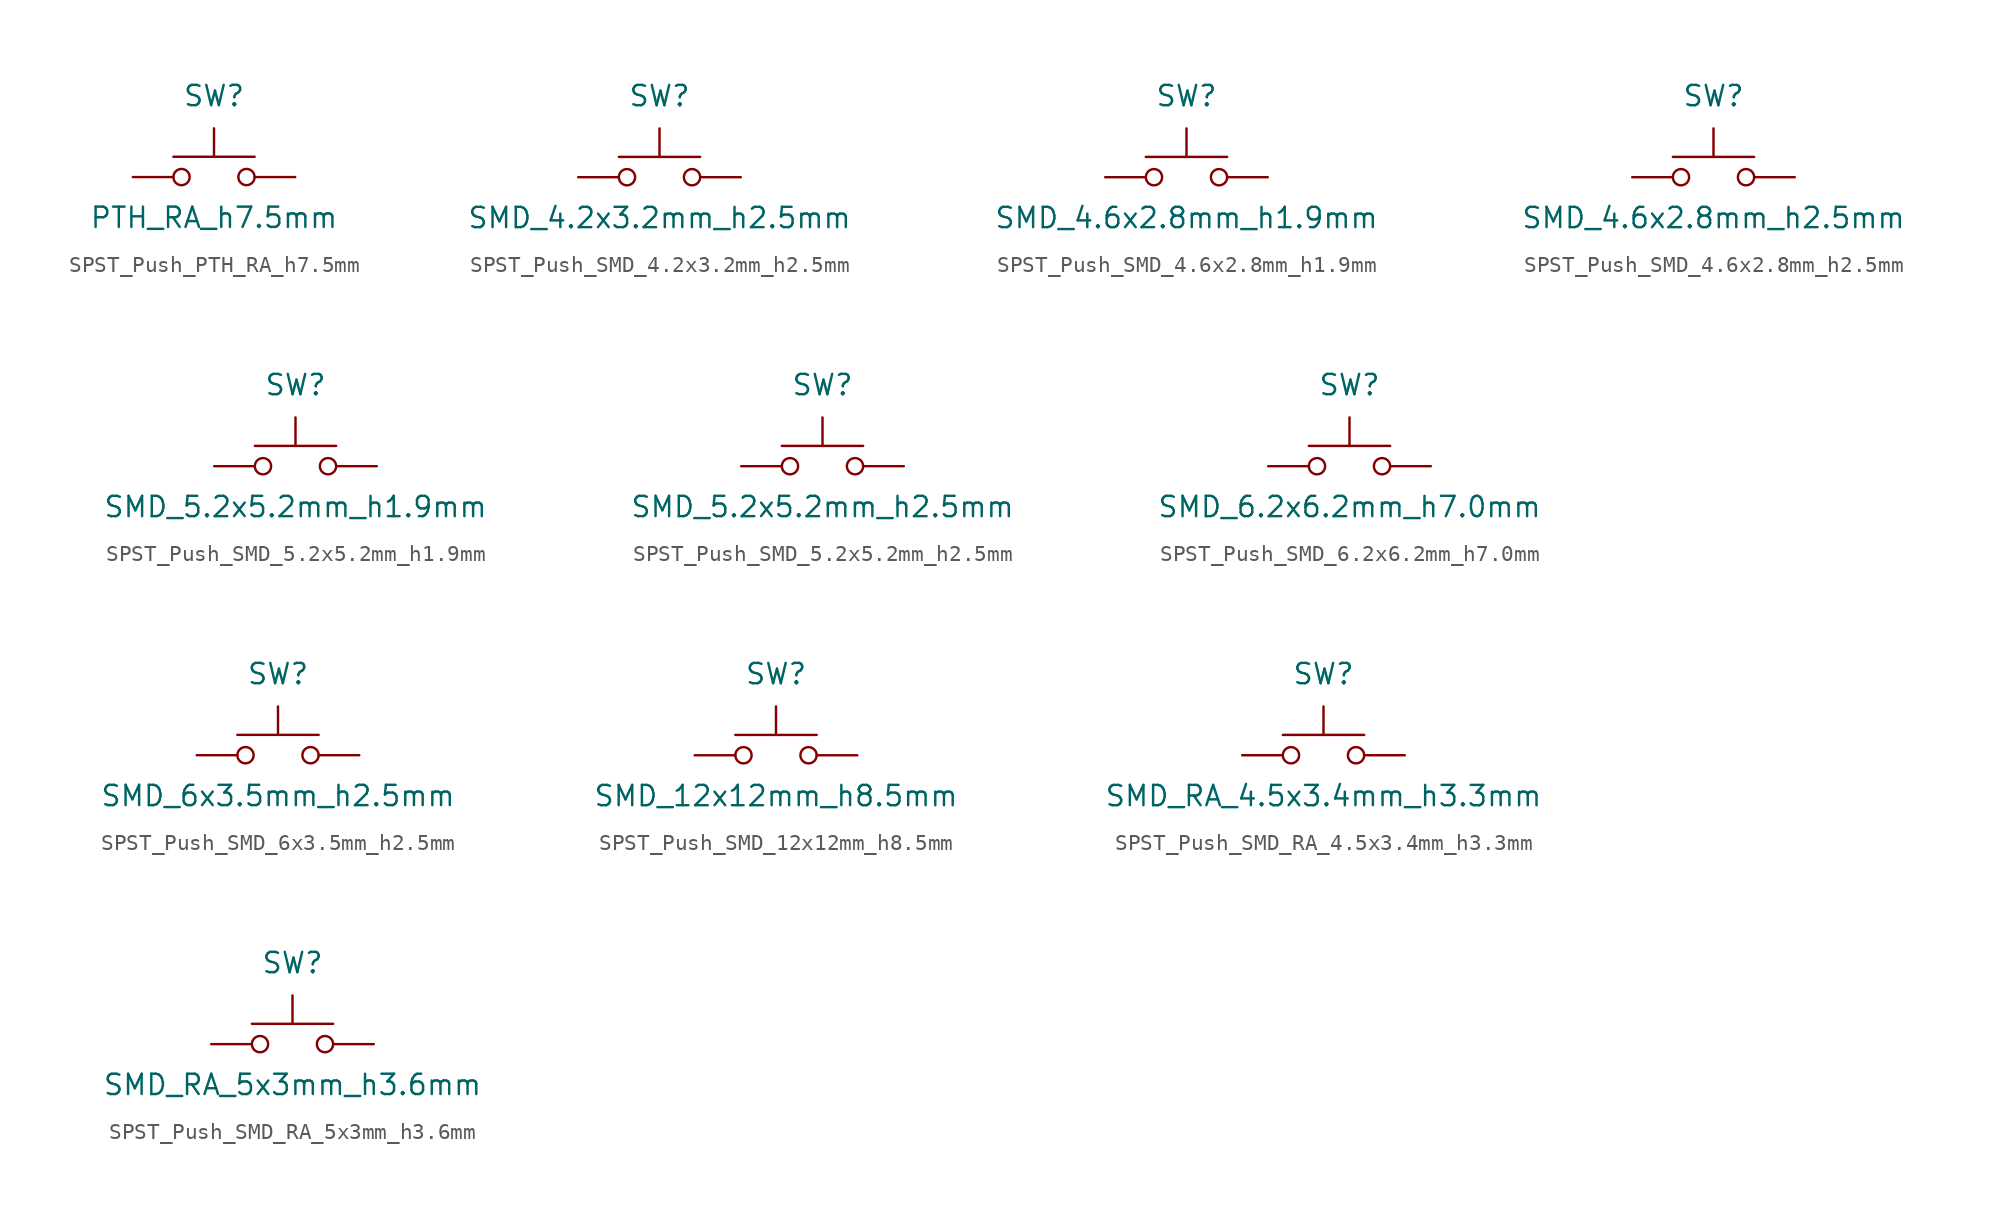
<source format=kicad_sym>
(kicad_symbol_lib
  (version 20231120)
  (generator "kicad_symbol_editor")
  (generator_version "8.0")
  (symbol "SPST_Push_PTH_RA_h7.5mm"
    (pin_numbers hide)
    (pin_names
      (offset 0) hide)
    (property "Reference" "SW"
      (at 0 5.08 0)
      (effects (font (size 1.27 1.27))))
    (property "Value" "PTH_RA_h7.5mm"
      (at 0 -2.54 0)
      (effects (font (size 1.27 1.27))))
    (symbol "SPST_Push_PTH_RA_h7.5mm_0_1"
      (circle (center -2.032 0) (radius 0.508) (stroke (width 0) (type default)) (fill (type none)))
      (polyline (pts (xy 0 1.27) (xy 0 3.048)) (stroke (width 0) (type default)) (fill (type none)))
      (polyline (pts (xy 2.54 1.27) (xy -2.54 1.27)) (stroke (width 0) (type default)) (fill (type none)))
      (circle (center 2.032 0) (radius 0.508) (stroke (width 0) (type default)) (fill (type none))))
    (symbol "SPST_Push_PTH_RA_h7.5mm_1_1"
      (pin passive line (at -5.08 0 0) (length 2.54) (name "1" (effects (font (size 1.27 1.27)))) (number "1" (effects (font (size 1.27 1.27)))))
      (pin passive line (at 5.08 0 180) (length 2.54) (name "2" (effects (font (size 1.27 1.27)))) (number "2" (effects (font (size 1.27 1.27)))))
      (pin passive line (at -5.08 2.54 0) (length 2.54) hide (name "M1" (effects (font (size 1.27 1.27)))) (number "M1" (effects (font (size 1.27 1.27)))))
      (pin passive line (at 5.08 2.54 180) (length 2.54) hide (name "M2" (effects (font (size 1.27 1.27)))) (number "M2" (effects (font (size 1.27 1.27)))))))
  (symbol "SPST_Push_SMD_4.2x3.2mm_h2.5mm"
    (pin_numbers hide)
    (pin_names
      (offset 0) hide)
    (property "Reference" "SW"
      (at 0 5.08 0)
      (effects (font (size 1.27 1.27))))
    (property "Value" "SMD_4.2x3.2mm_h2.5mm"
      (at 0 -2.54 0)
      (effects (font (size 1.27 1.27))))
    (symbol "SPST_Push_SMD_4.2x3.2mm_h2.5mm_0_1"
      (circle (center -2.032 0) (radius 0.508) (stroke (width 0) (type default)) (fill (type none)))
      (polyline (pts (xy 0 1.27) (xy 0 3.048)) (stroke (width 0) (type default)) (fill (type none)))
      (polyline (pts (xy 2.54 1.27) (xy -2.54 1.27)) (stroke (width 0) (type default)) (fill (type none)))
      (circle (center 2.032 0) (radius 0.508) (stroke (width 0) (type default)) (fill (type none)))
      (pin passive line (at -5.08 0 0) (length 2.54) (name "1" (effects (font (size 1.27 1.27)))) (number "1" (effects (font (size 1.27 1.27)))))
      (pin passive line (at 5.08 0 180) (length 2.54) (name "2" (effects (font (size 1.27 1.27)))) (number "2" (effects (font (size 1.27 1.27)))))))
  (symbol "SPST_Push_SMD_4.6x2.8mm_h1.9mm"
    (pin_numbers hide)
    (pin_names
      (offset 0) hide)
    (property "Reference" "SW"
      (at 0 5.08 0)
      (effects (font (size 1.27 1.27))))
    (property "Value" "SMD_4.6x2.8mm_h1.9mm"
      (at 0 -2.54 0)
      (effects (font (size 1.27 1.27))))
    (symbol "SPST_Push_SMD_4.6x2.8mm_h1.9mm_0_1"
      (circle (center -2.032 0) (radius 0.508) (stroke (width 0) (type default)) (fill (type none)))
      (polyline (pts (xy 0 1.27) (xy 0 3.048)) (stroke (width 0) (type default)) (fill (type none)))
      (polyline (pts (xy 2.54 1.27) (xy -2.54 1.27)) (stroke (width 0) (type default)) (fill (type none)))
      (circle (center 2.032 0) (radius 0.508) (stroke (width 0) (type default)) (fill (type none)))
      (pin passive line (at -5.08 0 0) (length 2.54) (name "1" (effects (font (size 1.27 1.27)))) (number "1" (effects (font (size 1.27 1.27)))))
      (pin passive line (at 5.08 0 180) (length 2.54) (name "2" (effects (font (size 1.27 1.27)))) (number "2" (effects (font (size 1.27 1.27)))))))
  (symbol "SPST_Push_SMD_4.6x2.8mm_h2.5mm"
    (pin_numbers hide)
    (pin_names
      (offset 0) hide)
    (property "Reference" "SW"
      (at 0 5.08 0)
      (effects (font (size 1.27 1.27))))
    (property "Value" "SMD_4.6x2.8mm_h2.5mm"
      (at 0 -2.54 0)
      (effects (font (size 1.27 1.27))))
    (symbol "SPST_Push_SMD_4.6x2.8mm_h2.5mm_0_1"
      (circle (center -2.032 0) (radius 0.508) (stroke (width 0) (type default)) (fill (type none)))
      (polyline (pts (xy 0 1.27) (xy 0 3.048)) (stroke (width 0) (type default)) (fill (type none)))
      (polyline (pts (xy 2.54 1.27) (xy -2.54 1.27)) (stroke (width 0) (type default)) (fill (type none)))
      (circle (center 2.032 0) (radius 0.508) (stroke (width 0) (type default)) (fill (type none)))
      (pin passive line (at -5.08 0 0) (length 2.54) (name "1" (effects (font (size 1.27 1.27)))) (number "1" (effects (font (size 1.27 1.27))))))
    (symbol "SPST_Push_SMD_4.6x2.8mm_h2.5mm_1_1"
      (pin passive line (at 5.08 0 180) (length 2.54) (name "2" (effects (font (size 1.27 1.27)))) (number "2" (effects (font (size 1.27 1.27)))))))
  (symbol "SPST_Push_SMD_5.2x5.2mm_h1.9mm"
    (pin_numbers hide)
    (pin_names
      (offset 0) hide)
    (property "Reference" "SW"
      (at 0 5.08 0)
      (effects (font (size 1.27 1.27))))
    (property "Value" "SMD_5.2x5.2mm_h1.9mm"
      (at 0 -2.54 0)
      (effects (font (size 1.27 1.27))))
    (symbol "SPST_Push_SMD_5.2x5.2mm_h1.9mm_0_1"
      (circle (center -2.032 0) (radius 0.508) (stroke (width 0) (type default)) (fill (type none)))
      (polyline (pts (xy 0 1.27) (xy 0 3.048)) (stroke (width 0) (type default)) (fill (type none)))
      (polyline (pts (xy 2.54 1.27) (xy -2.54 1.27)) (stroke (width 0) (type default)) (fill (type none)))
      (circle (center 2.032 0) (radius 0.508) (stroke (width 0) (type default)) (fill (type none))))
    (symbol "SPST_Push_SMD_5.2x5.2mm_h1.9mm_1_1"
      (pin passive line (at -5.08 0 0) (length 2.54) (name "1" (effects (font (size 1.27 1.27)))) (number "1" (effects (font (size 1.27 1.27)))))
      (pin passive line (at 5.08 0 180) (length 2.54) (name "2" (effects (font (size 1.27 1.27)))) (number "2" (effects (font (size 1.27 1.27)))))))
  (symbol "SPST_Push_SMD_5.2x5.2mm_h2.5mm"
    (pin_numbers hide)
    (pin_names
      (offset 0) hide)
    (property "Reference" "SW"
      (at 0 5.08 0)
      (effects (font (size 1.27 1.27))))
    (property "Value" "SMD_5.2x5.2mm_h2.5mm"
      (at 0 -2.54 0)
      (effects (font (size 1.27 1.27))))
    (symbol "SPST_Push_SMD_5.2x5.2mm_h2.5mm_0_1"
      (circle (center -2.032 0) (radius 0.508) (stroke (width 0) (type default)) (fill (type none)))
      (polyline (pts (xy 0 1.27) (xy 0 3.048)) (stroke (width 0) (type default)) (fill (type none)))
      (polyline (pts (xy 2.54 1.27) (xy -2.54 1.27)) (stroke (width 0) (type default)) (fill (type none)))
      (circle (center 2.032 0) (radius 0.508) (stroke (width 0) (type default)) (fill (type none)))
      (pin passive line (at -5.08 0 0) (length 2.54) (name "1" (effects (font (size 1.27 1.27)))) (number "1" (effects (font (size 1.27 1.27))))))
    (symbol "SPST_Push_SMD_5.2x5.2mm_h2.5mm_1_1"
      (pin passive line (at 5.08 0 180) (length 2.54) (name "2" (effects (font (size 1.27 1.27)))) (number "2" (effects (font (size 1.27 1.27)))))))
  (symbol "SPST_Push_SMD_6.2x6.2mm_h7.0mm"
    (pin_numbers hide)
    (pin_names
      (offset 0) hide)
    (property "Reference" "SW"
      (at 0 5.08 0)
      (effects (font (size 1.27 1.27))))
    (property "Value" "SMD_6.2x6.2mm_h7.0mm"
      (at 0 -2.54 0)
      (effects (font (size 1.27 1.27))))
    (symbol "SPST_Push_SMD_6.2x6.2mm_h7.0mm_0_1"
      (circle (center -2.032 0) (radius 0.508) (stroke (width 0) (type default)) (fill (type none)))
      (polyline (pts (xy 0 1.27) (xy 0 3.048)) (stroke (width 0) (type default)) (fill (type none)))
      (polyline (pts (xy 2.54 1.27) (xy -2.54 1.27)) (stroke (width 0) (type default)) (fill (type none)))
      (circle (center 2.032 0) (radius 0.508) (stroke (width 0) (type default)) (fill (type none)))
      (pin passive line (at -5.08 0 0) (length 2.54) (name "1" (effects (font (size 1.27 1.27)))) (number "1" (effects (font (size 1.27 1.27))))))
    (symbol "SPST_Push_SMD_6.2x6.2mm_h7.0mm_1_1"
      (pin passive line (at 5.08 0 180) (length 2.54) (name "2" (effects (font (size 1.27 1.27)))) (number "2" (effects (font (size 1.27 1.27)))))))
  (symbol "SPST_Push_SMD_6x3.5mm_h2.5mm"
    (pin_numbers hide)
    (pin_names
      (offset 0) hide)
    (property "Reference" "SW"
      (at 0 5.08 0)
      (effects (font (size 1.27 1.27))))
    (property "Value" "SMD_6x3.5mm_h2.5mm"
      (at 0 -2.54 0)
      (effects (font (size 1.27 1.27))))
    (symbol "SPST_Push_SMD_6x3.5mm_h2.5mm_0_1"
      (circle (center -2.032 0) (radius 0.508) (stroke (width 0) (type default)) (fill (type none)))
      (polyline (pts (xy 0 1.27) (xy 0 3.048)) (stroke (width 0) (type default)) (fill (type none)))
      (polyline (pts (xy 2.54 1.27) (xy -2.54 1.27)) (stroke (width 0) (type default)) (fill (type none)))
      (circle (center 2.032 0) (radius 0.508) (stroke (width 0) (type default)) (fill (type none))))
    (symbol "SPST_Push_SMD_6x3.5mm_h2.5mm_1_1"
      (pin passive line (at -5.08 0 0) (length 2.54) (name "1" (effects (font (size 1.27 1.27)))) (number "1" (effects (font (size 1.27 1.27)))))
      (pin passive line (at 5.08 0 180) (length 2.54) (name "2" (effects (font (size 1.27 1.27)))) (number "2" (effects (font (size 1.27 1.27)))))))
  (symbol "SPST_Push_SMD_12x12mm_h8.5mm"
    (pin_numbers hide)
    (pin_names
      (offset 0) hide)
    (property "Reference" "SW"
      (at 0 5.08 0)
      (effects (font (size 1.27 1.27))))
    (property "Value" "SMD_12x12mm_h8.5mm"
      (at 0 -2.54 0)
      (effects (font (size 1.27 1.27))))
    (symbol "SPST_Push_SMD_12x12mm_h8.5mm_0_1"
      (circle (center -2.032 0) (radius 0.508) (stroke (width 0) (type default)) (fill (type none)))
      (polyline (pts (xy 0 1.27) (xy 0 3.048)) (stroke (width 0) (type default)) (fill (type none)))
      (polyline (pts (xy 2.54 1.27) (xy -2.54 1.27)) (stroke (width 0) (type default)) (fill (type none)))
      (circle (center 2.032 0) (radius 0.508) (stroke (width 0) (type default)) (fill (type none))))
    (symbol "SPST_Push_SMD_12x12mm_h8.5mm_1_1"
      (pin passive line (at -5.08 0 0) (length 2.54) (name "1" (effects (font (size 1.27 1.27)))) (number "1" (effects (font (size 1.27 1.27)))))
      (pin passive line (at 5.08 0 180) (length 2.54) (name "2" (effects (font (size 1.27 1.27)))) (number "2" (effects (font (size 1.27 1.27)))))))
  (symbol "SPST_Push_SMD_RA_4.5x3.4mm_h3.3mm"
    (pin_numbers hide)
    (pin_names
      (offset 0) hide)
    (property "Reference" "SW"
      (at 0 5.08 0)
      (effects (font (size 1.27 1.27))))
    (property "Value" "SMD_RA_4.5x3.4mm_h3.3mm"
      (at 0 -2.54 0)
      (effects (font (size 1.27 1.27))))
    (symbol "SPST_Push_SMD_RA_4.5x3.4mm_h3.3mm_0_1"
      (circle (center -2.032 0) (radius 0.508) (stroke (width 0) (type default)) (fill (type none)))
      (polyline (pts (xy 0 1.27) (xy 0 3.048)) (stroke (width 0) (type default)) (fill (type none)))
      (polyline (pts (xy 2.54 1.27) (xy -2.54 1.27)) (stroke (width 0) (type default)) (fill (type none)))
      (circle (center 2.032 0) (radius 0.508) (stroke (width 0) (type default)) (fill (type none))))
    (symbol "SPST_Push_SMD_RA_4.5x3.4mm_h3.3mm_1_1"
      (pin passive line (at -5.08 0 0) (length 2.54) (name "1" (effects (font (size 1.27 1.27)))) (number "1" (effects (font (size 1.27 1.27)))))
      (pin passive line (at 5.08 0 180) (length 2.54) (name "2" (effects (font (size 1.27 1.27)))) (number "2" (effects (font (size 1.27 1.27)))))))
  (symbol "SPST_Push_SMD_RA_5x3mm_h3.6mm"
    (pin_numbers hide)
    (pin_names
      (offset 0) hide)
    (property "Reference" "SW"
      (at 0 5.08 0)
      (effects (font (size 1.27 1.27))))
    (property "Value" "SMD_RA_5x3mm_h3.6mm"
      (at 0 -2.54 0)
      (effects (font (size 1.27 1.27))))
    (symbol "SPST_Push_SMD_RA_5x3mm_h3.6mm_0_1"
      (circle (center -2.032 0) (radius 0.508) (stroke (width 0) (type default)) (fill (type none)))
      (polyline (pts (xy 0 1.27) (xy 0 3.048)) (stroke (width 0) (type default)) (fill (type none)))
      (polyline (pts (xy 2.54 1.27) (xy -2.54 1.27)) (stroke (width 0) (type default)) (fill (type none)))
      (circle (center 2.032 0) (radius 0.508) (stroke (width 0) (type default)) (fill (type none))))
    (symbol "SPST_Push_SMD_RA_5x3mm_h3.6mm_1_1"
      (pin passive line (at -5.08 0 0) (length 2.54) (name "1" (effects (font (size 1.27 1.27)))) (number "1" (effects (font (size 1.27 1.27)))))
      (pin passive line (at 5.08 0 180) (length 2.54) (name "2" (effects (font (size 1.27 1.27)))) (number "2" (effects (font (size 1.27 1.27))))))))
</source>
